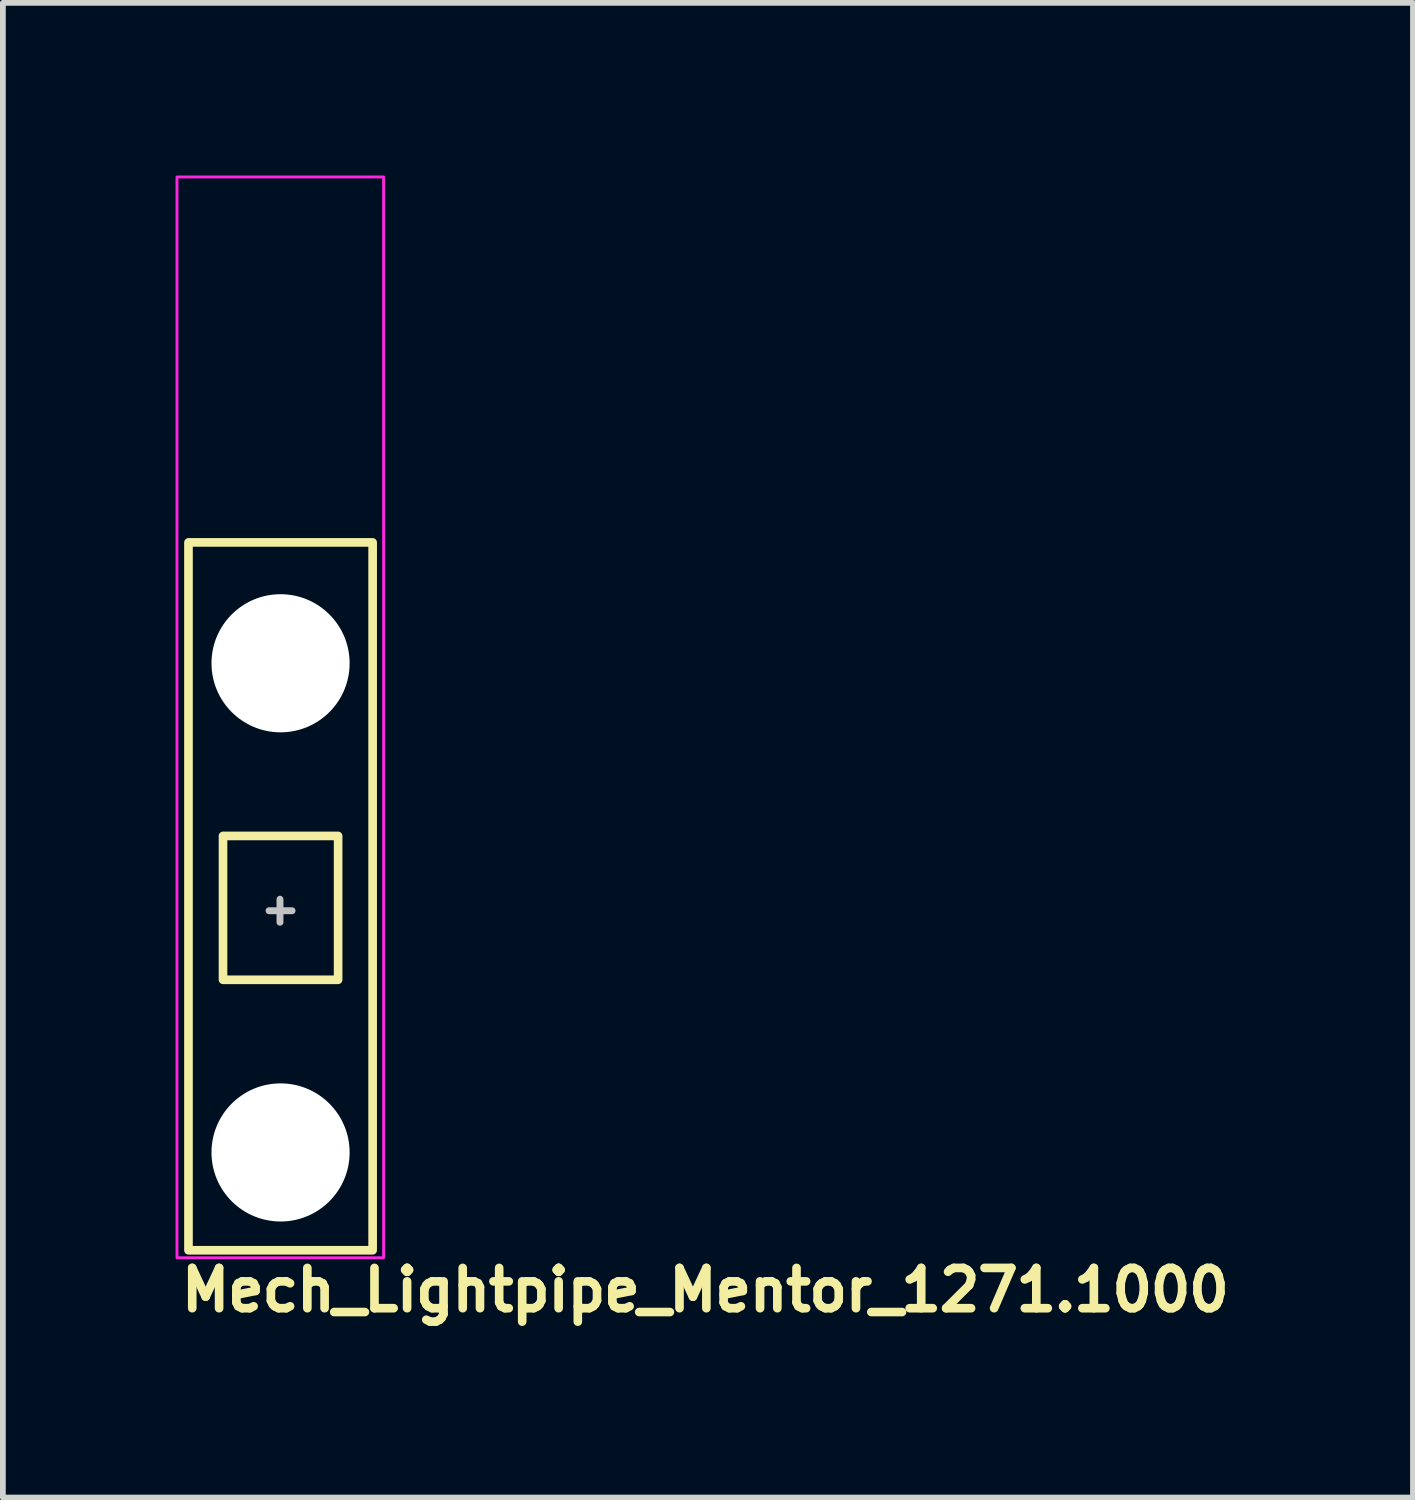
<source format=kicad_pcb>
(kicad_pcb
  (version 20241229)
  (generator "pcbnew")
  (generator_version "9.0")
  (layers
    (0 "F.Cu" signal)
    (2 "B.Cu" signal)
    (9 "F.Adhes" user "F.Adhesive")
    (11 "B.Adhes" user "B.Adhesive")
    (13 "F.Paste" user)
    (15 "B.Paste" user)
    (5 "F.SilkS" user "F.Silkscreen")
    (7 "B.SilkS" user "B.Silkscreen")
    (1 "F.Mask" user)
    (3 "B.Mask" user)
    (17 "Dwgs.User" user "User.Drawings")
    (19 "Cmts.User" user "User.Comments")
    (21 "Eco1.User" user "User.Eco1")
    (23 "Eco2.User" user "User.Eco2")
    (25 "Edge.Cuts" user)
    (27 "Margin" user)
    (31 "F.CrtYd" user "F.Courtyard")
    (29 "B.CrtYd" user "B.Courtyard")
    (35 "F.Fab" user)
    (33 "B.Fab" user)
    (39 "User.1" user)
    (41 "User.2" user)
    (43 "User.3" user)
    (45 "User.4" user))
  (footprint "Mech_Lightpipe_Mentor_1271.1000"
    (layer "F.Cu")
    (at 1.825 12.975)
    (property "Reference" "Mech_Lightpipe_Mentor_1271.1000" (at -1.8 6.8 0) (unlocked yes) (layer "F.SilkS") (effects (font (size 0.7 0.7) (thickness 0.15)) (justify left bottom)))
    (attr through_hole)
    (fp_rect (start -1.6 5.7) (end 1.6 -6.6) (stroke (width 0.15) (type solid)) (fill no) (layer "F.SilkS"))
    (fp_rect (start -1 1) (end 1 -1.5) (stroke (width 0.15) (type solid)) (fill no) (layer "F.SilkS"))
    (fp_line (start -0.01 -0.4) (end -0.01 0) (stroke (width 0.12) (type solid)) (layer "Dwgs.User"))
    (fp_line (start 0.2 -0.2) (end -0.2 -0.2) (stroke (width 0.12) (type solid)) (layer "Dwgs.User"))
    (fp_rect (start -1.8 -12.95) (end 1.79 5.83) (stroke (width 0.05) (type solid)) (fill no) (layer "F.CrtYd"))
    (fp_rect (start -1.508 -12.701) (end 1.49 5.587) (stroke (width 0.1) (type solid)) (fill no) (layer "User.5"))
    (fp_line (start -1.508 -12.501) (end -1.471 -12.501) (stroke (width 0.02) (type solid)) (layer "User.9"))
    (fp_line (start -1.508 -8.701) (end -1.508 -12.501) (stroke (width 0.02) (type solid)) (layer "User.9"))
    (fp_line (start -1.508 -8.701) (end -1.502 -8.701) (stroke (width 0.02) (type solid)) (layer "User.9"))
    (fp_line (start -1.508 -8.538) (end -1.508 -8.701) (stroke (width 0.02) (type solid)) (layer "User.9"))
    (fp_line (start -1.508 -8.538) (end -1.508 -8.538) (stroke (width 0.02) (type solid)) (layer "User.9"))
    (fp_line (start -1.508 -7.97) (end -1.508 -8.538) (stroke (width 0.02) (type solid)) (layer "User.9"))
    (fp_line (start -1.508 -7.97) (end -1.477 -7.99) (stroke (width 0.02) (type solid)) (layer "User.9"))
    (fp_line (start -1.508 -2.18) (end -1.508 -7.97) (stroke (width 0.02) (type solid)) (layer "User.9"))
    (fp_line (start -1.508 -1.12) (end -1.508 -2.18) (stroke (width 0.02) (type solid)) (layer "User.9"))
    (fp_line (start -1.508 1.12) (end -1.508 -1.12) (stroke (width 0.02) (type solid)) (layer "User.9"))
    (fp_line (start -1.508 1.12) (end -1.508 1.827) (stroke (width 0.02) (type solid)) (layer "User.9"))
    (fp_line (start -1.508 5.587) (end -1.508 1.827) (stroke (width 0.02) (type solid)) (layer "User.9"))
    (fp_line (start -1.502 -8.701) (end -1.502 -8.701) (stroke (width 0.02) (type solid)) (layer "User.9"))
    (fp_line (start -1.502 -8.701) (end -1.484 -8.701) (stroke (width 0.02) (type solid)) (layer "User.9"))
    (fp_line (start -1.484 -8.701) (end -1.484 -8.701) (stroke (width 0.02) (type solid)) (layer "User.9"))
    (fp_line (start -1.484 -8.701) (end -1.452 -8.701) (stroke (width 0.02) (type solid)) (layer "User.9"))
    (fp_line (start -1.477 -7.99) (end -1.445 -8.006) (stroke (width 0.02) (type solid)) (layer "User.9"))
    (fp_line (start -1.471 -12.501) (end -1.471 -12.501) (stroke (width 0.02) (type solid)) (layer "User.9"))
    (fp_line (start -1.471 -12.501) (end -1.36 -12.501) (stroke (width 0.02) (type solid)) (layer "User.9"))
    (fp_line (start -1.452 -8.701) (end -1.452 -8.701) (stroke (width 0.02) (type solid)) (layer "User.9"))
    (fp_line (start -1.452 -8.701) (end -1.409 -8.701) (stroke (width 0.02) (type solid)) (layer "User.9"))
    (fp_line (start -1.445 -8.006) (end -1.414 -8.022) (stroke (width 0.02) (type solid)) (layer "User.9"))
    (fp_line (start -1.414 -8.022) (end -1.383 -8.034) (stroke (width 0.02) (type solid)) (layer "User.9"))
    (fp_line (start -1.409 -8.701) (end -1.409 -8.701) (stroke (width 0.02) (type solid)) (layer "User.9"))
    (fp_line (start -1.409 -8.701) (end -1.354 -8.701) (stroke (width 0.02) (type solid)) (layer "User.9"))
    (fp_line (start -1.383 -8.034) (end -1.352 -8.042) (stroke (width 0.02) (type solid)) (layer "User.9"))
    (fp_line (start -1.36 -12.501) (end -1.36 -12.501) (stroke (width 0.02) (type solid)) (layer "User.9"))
    (fp_line (start -1.36 -12.501) (end -1.182 -12.501) (stroke (width 0.02) (type solid)) (layer "User.9"))
    (fp_line (start -1.354 -8.701) (end -1.354 -8.701) (stroke (width 0.02) (type solid)) (layer "User.9"))
    (fp_line (start -1.354 -8.701) (end -1.287 -8.701) (stroke (width 0.02) (type solid)) (layer "User.9"))
    (fp_line (start -1.352 -8.042) (end -1.321 -8.05) (stroke (width 0.02) (type solid)) (layer "User.9"))
    (fp_line (start -1.321 -8.05) (end -1.29 -8.053) (stroke (width 0.02) (type solid)) (layer "User.9"))
    (fp_line (start -1.29 -8.053) (end -1.274 -8.054) (stroke (width 0.02) (type solid)) (layer "User.9"))
    (fp_line (start -1.287 -8.701) (end -1.287 -8.701) (stroke (width 0.02) (type solid)) (layer "User.9"))
    (fp_line (start -1.287 -8.701) (end -1.21 -8.701) (stroke (width 0.02) (type solid)) (layer "User.9"))
    (fp_line (start -1.274 -8.054) (end -1.258 -8.055) (stroke (width 0.02) (type solid)) (layer "User.9"))
    (fp_line (start -1.258 -8.055) (end -1.244 -8.054) (stroke (width 0.02) (type solid)) (layer "User.9"))
    (fp_line (start -1.244 -8.054) (end -1.228 -8.053) (stroke (width 0.02) (type solid)) (layer "User.9"))
    (fp_line (start -1.228 -8.053) (end -1.197 -8.05) (stroke (width 0.02) (type solid)) (layer "User.9"))
    (fp_line (start -1.21 -8.701) (end -1.21 -8.701) (stroke (width 0.02) (type solid)) (layer "User.9"))
    (fp_line (start -1.21 -8.701) (end -1.122 -8.701) (stroke (width 0.02) (type solid)) (layer "User.9"))
    (fp_line (start -1.197 -8.05) (end -1.166 -8.042) (stroke (width 0.02) (type solid)) (layer "User.9"))
    (fp_line (start -1.182 -12.501) (end -1.182 -12.501) (stroke (width 0.02) (type solid)) (layer "User.9"))
    (fp_line (start -1.182 -12.501) (end -0.943 -12.501) (stroke (width 0.02) (type solid)) (layer "User.9"))
    (fp_line (start -1.166 -8.042) (end -1.135 -8.034) (stroke (width 0.02) (type solid)) (layer "User.9"))
    (fp_line (start -1.135 -8.034) (end -1.104 -8.022) (stroke (width 0.02) (type solid)) (layer "User.9"))
    (fp_line (start -1.122 -8.701) (end -1.122 -8.701) (stroke (width 0.02) (type solid)) (layer "User.9"))
    (fp_line (start -1.122 -8.701) (end -1.025 -8.701) (stroke (width 0.02) (type solid)) (layer "User.9"))
    (fp_line (start -1.104 -8.022) (end -1.073 -8.006) (stroke (width 0.02) (type solid)) (layer "User.9"))
    (fp_line (start -1.073 -8.006) (end -1.041 -7.99) (stroke (width 0.02) (type solid)) (layer "User.9"))
    (fp_line (start -1.041 -7.99) (end -1.008 -7.97) (stroke (width 0.02) (type solid)) (layer "User.9"))
    (fp_line (start -1.025 -8.701) (end -1.025 -8.701) (stroke (width 0.02) (type solid)) (layer "User.9"))
    (fp_line (start -1.025 -8.701) (end -0.92 -8.701) (stroke (width 0.02) (type solid)) (layer "User.9"))
    (fp_line (start -1.008 -12.701) (end -1.124 -12.501) (stroke (width 0.02) (type solid)) (layer "User.9"))
    (fp_line (start -1.008 -2.18) (end -1.008 -7.97) (stroke (width 0.02) (type solid)) (layer "User.9"))
    (fp_line (start -1.008 -0.766) (end -1.008 -2.18) (stroke (width 0.02) (type solid)) (layer "User.9"))
    (fp_line (start -1.008 1.827) (end -1.508 1.12) (stroke (width 0.02) (type solid)) (layer "User.9"))
    (fp_line (start -1.008 1.827) (end -1.008 -0.766) (stroke (width 0.02) (type solid)) (layer "User.9"))
    (fp_line (start -0.969 -8.022) (end -1.008 -7.97) (stroke (width 0.02) (type solid)) (layer "User.9"))
    (fp_line (start -0.943 -12.501) (end -0.943 -12.501) (stroke (width 0.02) (type solid)) (layer "User.9"))
    (fp_line (start -0.943 -12.501) (end -0.66 -12.501) (stroke (width 0.02) (type solid)) (layer "User.9"))
    (fp_line (start -0.929 -8.074) (end -0.969 -8.022) (stroke (width 0.02) (type solid)) (layer "User.9"))
    (fp_line (start -0.92 -8.701) (end -0.92 -8.701) (stroke (width 0.02) (type solid)) (layer "User.9"))
    (fp_line (start -0.92 -8.701) (end -0.687 -8.701) (stroke (width 0.02) (type solid)) (layer "User.9"))
    (fp_line (start -0.89 -8.122) (end -0.929 -8.074) (stroke (width 0.02) (type solid)) (layer "User.9"))
    (fp_line (start -0.887 -12.701) (end -1.008 -12.701) (stroke (width 0.02) (type solid)) (layer "User.9"))
    (fp_line (start -0.853 -8.167) (end -0.89 -8.122) (stroke (width 0.02) (type solid)) (layer "User.9"))
    (fp_line (start -0.815 -8.211) (end -0.853 -8.167) (stroke (width 0.02) (type solid)) (layer "User.9"))
    (fp_line (start -0.781 -12.701) (end -0.887 -12.701) (stroke (width 0.02) (type solid)) (layer "User.9"))
    (fp_line (start -0.781 -12.701) (end -0.781 -12.701) (stroke (width 0.02) (type solid)) (layer "User.9"))
    (fp_line (start -0.779 -8.251) (end -0.815 -8.211) (stroke (width 0.02) (type solid)) (layer "User.9"))
    (fp_line (start -0.744 -8.289) (end -0.779 -8.251) (stroke (width 0.02) (type solid)) (layer "User.9"))
    (fp_line (start -0.709 -8.326) (end -0.744 -8.289) (stroke (width 0.02) (type solid)) (layer "User.9"))
    (fp_line (start -0.687 -8.701) (end -0.687 -8.701) (stroke (width 0.02) (type solid)) (layer "User.9"))
    (fp_line (start -0.687 -8.701) (end -0.431 -8.701) (stroke (width 0.02) (type solid)) (layer "User.9"))
    (fp_line (start -0.675 -8.36) (end -0.709 -8.326) (stroke (width 0.02) (type solid)) (layer "User.9"))
    (fp_line (start -0.66 -12.501) (end -0.66 -12.501) (stroke (width 0.02) (type solid)) (layer "User.9"))
    (fp_line (start -0.66 -12.501) (end -0.343 -12.501) (stroke (width 0.02) (type solid)) (layer "User.9"))
    (fp_line (start -0.648 -12.701) (end -0.781 -12.701) (stroke (width 0.02) (type solid)) (layer "User.9"))
    (fp_line (start -0.648 -12.701) (end -0.648 -12.701) (stroke (width 0.02) (type solid)) (layer "User.9"))
    (fp_line (start -0.641 -8.393) (end -0.675 -8.36) (stroke (width 0.02) (type solid)) (layer "User.9"))
    (fp_line (start -0.608 -8.423) (end -0.641 -8.393) (stroke (width 0.02) (type solid)) (layer "User.9"))
    (fp_line (start -0.575 -8.451) (end -0.608 -8.423) (stroke (width 0.02) (type solid)) (layer "User.9"))
    (fp_line (start -0.543 -8.478) (end -0.575 -8.451) (stroke (width 0.02) (type solid)) (layer "User.9"))
    (fp_line (start -0.511 -8.503) (end -0.543 -8.478) (stroke (width 0.02) (type solid)) (layer "User.9"))
    (fp_line (start -0.493 -12.701) (end -0.648 -12.701) (stroke (width 0.02) (type solid)) (layer "User.9"))
    (fp_line (start -0.493 -12.701) (end -0.493 -12.701) (stroke (width 0.02) (type solid)) (layer "User.9"))
    (fp_line (start -0.48 -8.526) (end -0.511 -8.503) (stroke (width 0.02) (type solid)) (layer "User.9"))
    (fp_line (start -0.449 -8.548) (end -0.48 -8.526) (stroke (width 0.02) (type solid)) (layer "User.9"))
    (fp_line (start -0.42 -8.567) (end -0.449 -8.548) (stroke (width 0.02) (type solid)) (layer "User.9"))
    (fp_line (start -0.392 -8.585) (end -0.42 -8.567) (stroke (width 0.02) (type solid)) (layer "User.9"))
    (fp_line (start -0.364 -8.601) (end -0.392 -8.585) (stroke (width 0.02) (type solid)) (layer "User.9"))
    (fp_line (start -0.343 -12.501) (end -0.343 -12.501) (stroke (width 0.02) (type solid)) (layer "User.9"))
    (fp_line (start -0.343 -12.501) (end -0.009 -12.501) (stroke (width 0.02) (type solid)) (layer "User.9"))
    (fp_line (start -0.336 -8.616) (end -0.364 -8.601) (stroke (width 0.02) (type solid)) (layer "User.9"))
    (fp_line (start -0.32 -12.701) (end -0.493 -12.701) (stroke (width 0.02) (type solid)) (layer "User.9"))
    (fp_line (start -0.32 -12.701) (end -0.32 -12.701) (stroke (width 0.02) (type solid)) (layer "User.9"))
    (fp_line (start -0.308 -8.63) (end -0.336 -8.616) (stroke (width 0.02) (type solid)) (layer "User.9"))
    (fp_line (start -0.28 -8.643) (end -0.308 -8.63) (stroke (width 0.02) (type solid)) (layer "User.9"))
    (fp_line (start -0.252 -8.654) (end -0.28 -8.643) (stroke (width 0.02) (type solid)) (layer "User.9"))
    (fp_line (start -0.224 -8.664) (end -0.252 -8.654) (stroke (width 0.02) (type solid)) (layer "User.9"))
    (fp_line (start -0.197 -8.673) (end -0.224 -8.664) (stroke (width 0.02) (type solid)) (layer "User.9"))
    (fp_line (start -0.17 -8.68) (end -0.197 -8.673) (stroke (width 0.02) (type solid)) (layer "User.9"))
    (fp_line (start -0.142 -8.687) (end -0.17 -8.68) (stroke (width 0.02) (type solid)) (layer "User.9"))
    (fp_line (start -0.116 -8.693) (end -0.142 -8.687) (stroke (width 0.02) (type solid)) (layer "User.9"))
    (fp_line (start -0.089 -8.696) (end -0.116 -8.693) (stroke (width 0.02) (type solid)) (layer "User.9"))
    (fp_line (start -0.062 -8.699) (end -0.089 -8.696) (stroke (width 0.02) (type solid)) (layer "User.9"))
    (fp_line (start -0.035 -8.701) (end -0.062 -8.699) (stroke (width 0.02) (type solid)) (layer "User.9"))
    (fp_line (start -0.009 -12.501) (end -0.009 -12.501) (stroke (width 0.02) (type solid)) (layer "User.9"))
    (fp_line (start -0.009 -12.501) (end 0.324 -12.501) (stroke (width 0.02) (type solid)) (layer "User.9"))
    (fp_line (start -0.009 -8.701) (end -0.431 -8.701) (stroke (width 0.02) (type solid)) (layer "User.9"))
    (fp_line (start -0.009 -8.701) (end -0.035 -8.701) (stroke (width 0.02) (type solid)) (layer "User.9"))
    (fp_line (start -0.009 -8.701) (end 0.485 -8.701) (stroke (width 0.02) (type solid)) (layer "User.9"))
    (fp_line (start 0.022 -8.701) (end -0.009 -8.701) (stroke (width 0.02) (type solid)) (layer "User.9"))
    (fp_line (start 0.055 -8.698) (end 0.022 -8.701) (stroke (width 0.02) (type solid)) (layer "User.9"))
    (fp_line (start 0.086 -8.694) (end 0.055 -8.698) (stroke (width 0.02) (type solid)) (layer "User.9"))
    (fp_line (start 0.12 -8.688) (end 0.086 -8.694) (stroke (width 0.02) (type solid)) (layer "User.9"))
    (fp_line (start 0.152 -8.68) (end 0.12 -8.688) (stroke (width 0.02) (type solid)) (layer "User.9"))
    (fp_line (start 0.184 -8.671) (end 0.152 -8.68) (stroke (width 0.02) (type solid)) (layer "User.9"))
    (fp_line (start 0.216 -8.66) (end 0.184 -8.671) (stroke (width 0.02) (type solid)) (layer "User.9"))
    (fp_line (start 0.236 -12.701) (end -0.32 -12.701) (stroke (width 0.02) (type solid)) (layer "User.9"))
    (fp_line (start 0.236 -12.701) (end 0.236 -12.701) (stroke (width 0.02) (type solid)) (layer "User.9"))
    (fp_line (start 0.248 -8.648) (end 0.216 -8.66) (stroke (width 0.02) (type solid)) (layer "User.9"))
    (fp_line (start 0.313 -8.618) (end 0.248 -8.648) (stroke (width 0.02) (type solid)) (layer "User.9"))
    (fp_line (start 0.324 -12.501) (end 0.324 -12.501) (stroke (width 0.02) (type solid)) (layer "User.9"))
    (fp_line (start 0.324 -12.501) (end 0.641 -12.501) (stroke (width 0.02) (type solid)) (layer "User.9"))
    (fp_line (start 0.376 -8.583) (end 0.313 -8.618) (stroke (width 0.02) (type solid)) (layer "User.9"))
    (fp_line (start 0.414 -12.701) (end 0.236 -12.701) (stroke (width 0.02) (type solid)) (layer "User.9"))
    (fp_line (start 0.414 -12.701) (end 0.414 -12.701) (stroke (width 0.02) (type solid)) (layer "User.9"))
    (fp_line (start 0.44 -8.541) (end 0.376 -8.583) (stroke (width 0.02) (type solid)) (layer "User.9"))
    (fp_line (start 0.485 -8.701) (end 0.485 -8.701) (stroke (width 0.02) (type solid)) (layer "User.9"))
    (fp_line (start 0.485 -8.701) (end 0.641 -8.701) (stroke (width 0.02) (type solid)) (layer "User.9"))
    (fp_line (start 0.503 -8.494) (end 0.44 -8.541) (stroke (width 0.02) (type solid)) (layer "User.9"))
    (fp_line (start 0.565 -8.443) (end 0.503 -8.494) (stroke (width 0.02) (type solid)) (layer "User.9"))
    (fp_line (start 0.577 -12.701) (end 0.414 -12.701) (stroke (width 0.02) (type solid)) (layer "User.9"))
    (fp_line (start 0.577 -12.701) (end 0.577 -12.701) (stroke (width 0.02) (type solid)) (layer "User.9"))
    (fp_line (start 0.628 -8.387) (end 0.565 -8.443) (stroke (width 0.02) (type solid)) (layer "User.9"))
    (fp_line (start 0.641 -12.501) (end 0.641 -12.501) (stroke (width 0.02) (type solid)) (layer "User.9"))
    (fp_line (start 0.641 -12.501) (end 0.925 -12.501) (stroke (width 0.02) (type solid)) (layer "User.9"))
    (fp_line (start 0.641 -8.701) (end 0.641 -8.701) (stroke (width 0.02) (type solid)) (layer "User.9"))
    (fp_line (start 0.641 -8.701) (end 0.788 -8.701) (stroke (width 0.02) (type solid)) (layer "User.9"))
    (fp_line (start 0.689 -8.327) (end 0.628 -8.387) (stroke (width 0.02) (type solid)) (layer "User.9"))
    (fp_line (start 0.719 -12.701) (end 0.577 -12.701) (stroke (width 0.02) (type solid)) (layer "User.9"))
    (fp_line (start 0.719 -12.701) (end 0.719 -12.701) (stroke (width 0.02) (type solid)) (layer "User.9"))
    (fp_line (start 0.751 -8.262) (end 0.689 -8.327) (stroke (width 0.02) (type solid)) (layer "User.9"))
    (fp_line (start 0.788 -8.701) (end 0.788 -8.701) (stroke (width 0.02) (type solid)) (layer "User.9"))
    (fp_line (start 0.788 -8.701) (end 0.925 -8.701) (stroke (width 0.02) (type solid)) (layer "User.9"))
    (fp_line (start 0.812 -8.194) (end 0.751 -8.262) (stroke (width 0.02) (type solid)) (layer "User.9"))
    (fp_line (start 0.834 -12.701) (end 0.719 -12.701) (stroke (width 0.02) (type solid)) (layer "User.9"))
    (fp_line (start 0.834 -12.701) (end 0.834 -12.701) (stroke (width 0.02) (type solid)) (layer "User.9"))
    (fp_line (start 0.872 -8.122) (end 0.812 -8.194) (stroke (width 0.02) (type solid)) (layer "User.9"))
    (fp_line (start 0.92 -12.701) (end 0.834 -12.701) (stroke (width 0.02) (type solid)) (layer "User.9"))
    (fp_line (start 0.92 -12.701) (end 0.92 -12.701) (stroke (width 0.02) (type solid)) (layer "User.9"))
    (fp_line (start 0.925 -12.501) (end 0.925 -12.501) (stroke (width 0.02) (type solid)) (layer "User.9"))
    (fp_line (start 0.925 -12.501) (end 1.163 -12.501) (stroke (width 0.02) (type solid)) (layer "User.9"))
    (fp_line (start 0.925 -8.701) (end 0.925 -8.701) (stroke (width 0.02) (type solid)) (layer "User.9"))
    (fp_line (start 0.925 -8.701) (end 1.051 -8.701) (stroke (width 0.02) (type solid)) (layer "User.9"))
    (fp_line (start 0.931 -8.048) (end 0.872 -8.122) (stroke (width 0.02) (type solid)) (layer "User.9"))
    (fp_line (start 0.972 -12.701) (end 0.92 -12.701) (stroke (width 0.02) (type solid)) (layer "User.9"))
    (fp_line (start 0.972 -12.701) (end 0.972 -12.701) (stroke (width 0.02) (type solid)) (layer "User.9"))
    (fp_line (start 0.99 -12.701) (end 0.972 -12.701) (stroke (width 0.02) (type solid)) (layer "User.9"))
    (fp_line (start 0.99 -12.701) (end 1.106 -12.501) (stroke (width 0.02) (type solid)) (layer "User.9"))
    (fp_line (start 0.99 -7.97) (end 0.931 -8.048) (stroke (width 0.02) (type solid)) (layer "User.9"))
    (fp_line (start 0.99 -2.18) (end 0.99 -7.97) (stroke (width 0.02) (type solid)) (layer "User.9"))
    (fp_line (start 0.99 -0.766) (end 0.99 -2.18) (stroke (width 0.02) (type solid)) (layer "User.9"))
    (fp_line (start 0.99 1.827) (end -1.008 1.827) (stroke (width 0.02) (type solid)) (layer "User.9"))
    (fp_line (start 0.99 1.827) (end 0.99 -0.766) (stroke (width 0.02) (type solid)) (layer "User.9"))
    (fp_line (start 0.99 1.827) (end 1.49 1.12) (stroke (width 0.02) (type solid)) (layer "User.9"))
    (fp_line (start 1.022 -7.99) (end 0.99 -7.97) (stroke (width 0.02) (type solid)) (layer "User.9"))
    (fp_line (start 1.051 -8.701) (end 1.051 -8.701) (stroke (width 0.02) (type solid)) (layer "User.9"))
    (fp_line (start 1.051 -8.701) (end 1.163 -8.701) (stroke (width 0.02) (type solid)) (layer "User.9"))
    (fp_line (start 1.054 -8.006) (end 1.022 -7.99) (stroke (width 0.02) (type solid)) (layer "User.9"))
    (fp_line (start 1.085 -8.022) (end 1.054 -8.006) (stroke (width 0.02) (type solid)) (layer "User.9"))
    (fp_line (start 1.116 -8.034) (end 1.085 -8.022) (stroke (width 0.02) (type solid)) (layer "User.9"))
    (fp_line (start 1.147 -8.042) (end 1.116 -8.034) (stroke (width 0.02) (type solid)) (layer "User.9"))
    (fp_line (start 1.163 -12.501) (end 1.163 -12.501) (stroke (width 0.02) (type solid)) (layer "User.9"))
    (fp_line (start 1.163 -12.501) (end 1.342 -12.501) (stroke (width 0.02) (type solid)) (layer "User.9"))
    (fp_line (start 1.163 -8.701) (end 1.163 -8.701) (stroke (width 0.02) (type solid)) (layer "User.9"))
    (fp_line (start 1.163 -8.701) (end 1.26 -8.701) (stroke (width 0.02) (type solid)) (layer "User.9"))
    (fp_line (start 1.178 -8.05) (end 1.147 -8.042) (stroke (width 0.02) (type solid)) (layer "User.9"))
    (fp_line (start 1.209 -8.053) (end 1.178 -8.05) (stroke (width 0.02) (type solid)) (layer "User.9"))
    (fp_line (start 1.225 -8.054) (end 1.209 -8.053) (stroke (width 0.02) (type solid)) (layer "User.9"))
    (fp_line (start 1.24 -8.055) (end 1.225 -8.054) (stroke (width 0.02) (type solid)) (layer "User.9"))
    (fp_line (start 1.254 -8.054) (end 1.24 -8.055) (stroke (width 0.02) (type solid)) (layer "User.9"))
    (fp_line (start 1.26 -8.701) (end 1.26 -8.701) (stroke (width 0.02) (type solid)) (layer "User.9"))
    (fp_line (start 1.26 -8.701) (end 1.342 -8.701) (stroke (width 0.02) (type solid)) (layer "User.9"))
    (fp_line (start 1.27 -8.053) (end 1.254 -8.054) (stroke (width 0.02) (type solid)) (layer "User.9"))
    (fp_line (start 1.302 -8.05) (end 1.27 -8.053) (stroke (width 0.02) (type solid)) (layer "User.9"))
    (fp_line (start 1.333 -8.042) (end 1.302 -8.05) (stroke (width 0.02) (type solid)) (layer "User.9"))
    (fp_line (start 1.342 -12.501) (end 1.342 -12.501) (stroke (width 0.02) (type solid)) (layer "User.9"))
    (fp_line (start 1.342 -12.501) (end 1.452 -12.501) (stroke (width 0.02) (type solid)) (layer "User.9"))
    (fp_line (start 1.342 -8.701) (end 1.342 -8.701) (stroke (width 0.02) (type solid)) (layer "User.9"))
    (fp_line (start 1.342 -8.701) (end 1.406 -8.701) (stroke (width 0.02) (type solid)) (layer "User.9"))
    (fp_line (start 1.364 -8.034) (end 1.333 -8.042) (stroke (width 0.02) (type solid)) (layer "User.9"))
    (fp_line (start 1.395 -8.022) (end 1.364 -8.034) (stroke (width 0.02) (type solid)) (layer "User.9"))
    (fp_line (start 1.406 -8.701) (end 1.406 -8.701) (stroke (width 0.02) (type solid)) (layer "User.9"))
    (fp_line (start 1.406 -8.701) (end 1.452 -8.701) (stroke (width 0.02) (type solid)) (layer "User.9"))
    (fp_line (start 1.426 -8.006) (end 1.395 -8.022) (stroke (width 0.02) (type solid)) (layer "User.9"))
    (fp_line (start 1.452 -12.501) (end 1.452 -12.501) (stroke (width 0.02) (type solid)) (layer "User.9"))
    (fp_line (start 1.452 -12.501) (end 1.49 -12.501) (stroke (width 0.02) (type solid)) (layer "User.9"))
    (fp_line (start 1.452 -8.701) (end 1.452 -8.701) (stroke (width 0.02) (type solid)) (layer "User.9"))
    (fp_line (start 1.452 -8.701) (end 1.481 -8.701) (stroke (width 0.02) (type solid)) (layer "User.9"))
    (fp_line (start 1.458 -7.99) (end 1.426 -8.006) (stroke (width 0.02) (type solid)) (layer "User.9"))
    (fp_line (start 1.481 -8.701) (end 1.481 -8.701) (stroke (width 0.02) (type solid)) (layer "User.9"))
    (fp_line (start 1.481 -8.701) (end 1.49 -8.701) (stroke (width 0.02) (type solid)) (layer "User.9"))
    (fp_line (start 1.49 -8.701) (end 1.49 -12.501) (stroke (width 0.02) (type solid)) (layer "User.9"))
    (fp_line (start 1.49 -8.538) (end 1.49 -8.701) (stroke (width 0.02) (type solid)) (layer "User.9"))
    (fp_line (start 1.49 -8.538) (end 1.49 -8.538) (stroke (width 0.02) (type solid)) (layer "User.9"))
    (fp_line (start 1.49 -7.97) (end 1.458 -7.99) (stroke (width 0.02) (type solid)) (layer "User.9"))
    (fp_line (start 1.49 -7.97) (end 1.49 -8.538) (stroke (width 0.02) (type solid)) (layer "User.9"))
    (fp_line (start 1.49 -2.18) (end 1.49 -7.97) (stroke (width 0.02) (type solid)) (layer "User.9"))
    (fp_line (start 1.49 -1.12) (end 1.49 -2.18) (stroke (width 0.02) (type solid)) (layer "User.9"))
    (fp_line (start 1.49 1.12) (end 1.49 -1.12) (stroke (width 0.02) (type solid)) (layer "User.9"))
    (fp_line (start 1.49 5.587) (end -1.508 5.587) (stroke (width 0.02) (type solid)) (layer "User.9"))
    (fp_line (start 1.49 5.587) (end 1.49 1.12) (stroke (width 0.02) (type solid)) (layer "User.9"))
    (pad "" np_thru_hole circle (at 0 -4.5) (size 2.4 2.4) (drill 2.4) (layers "*.Cu" "*.Mask"))
    (pad "" np_thru_hole circle (at 0 4) (size 2.4 2.4) (drill 2.4) (layers "*.Cu" "*.Mask")))
  (gr_rect
    (start -3 -3)
    (end 21.502 22.971)
    (stroke (width 0.1) (type default))
    (fill no)
    (layer "Edge.Cuts")))
</source>
